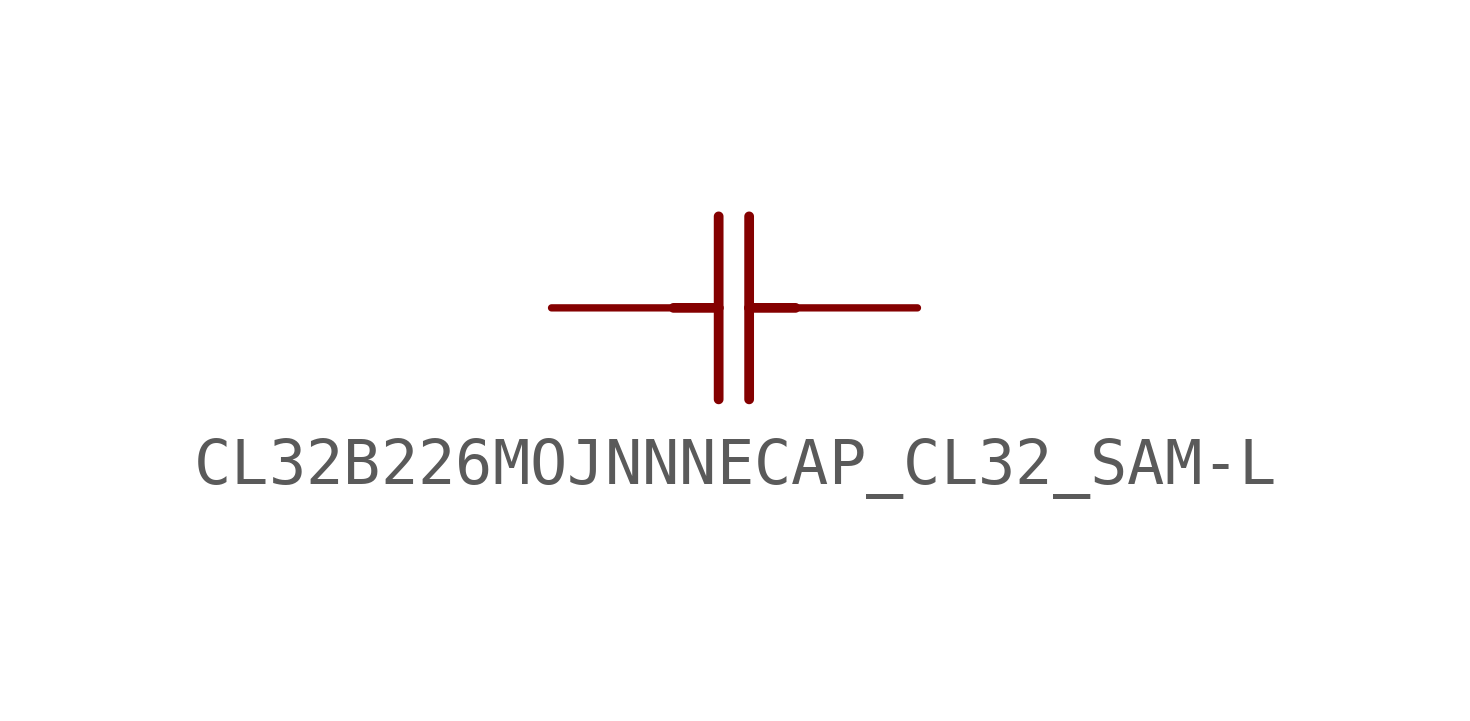
<source format=kicad_sym>
(kicad_symbol_lib
  (version 20220914)
  (generator kicad_symbol_editor)
  (symbol "CL32B226MOJNNNECAP_CL32_SAM-L"
    (property "Reference" "C"
      (at -4.089 2.083 0)
      (effects (font (size 3.48 2.958)) (justify left bottom) hide))
    (property "ki_locked" ""
      (at 0 0 0)
      (effects (font (size 1.27 1.27))))
    (symbol "CL32B226MOJNNNECAP_CL32_SAM-L_1_0"
      (polyline (pts (xy 2.54 0) (xy 3.48 0)) (stroke (width 0.203) (type solid)) (fill (type none)))
      (polyline (pts (xy 3.48 -1.905) (xy 3.48 0)) (stroke (width 0.203) (type solid)) (fill (type none)))
      (polyline (pts (xy 3.48 0) (xy 3.48 1.905)) (stroke (width 0.203) (type solid)) (fill (type none)))
      (polyline (pts (xy 4.115 -1.905) (xy 4.115 0)) (stroke (width 0.203) (type solid)) (fill (type none)))
      (polyline (pts (xy 4.115 0) (xy 4.115 1.905)) (stroke (width 0.203) (type solid)) (fill (type none)))
      (polyline (pts (xy 4.115 0) (xy 5.08 0)) (stroke (width 0.203) (type solid)) (fill (type none)))
      (pin passive line (at 0 0 0) (length 2.54) (name "1" (effects (font (size 0 0)))) (number "1" (effects (font (size 0 0)))))
      (pin passive line (at 7.62 0 180) (length 2.54) (name "2" (effects (font (size 0 0)))) (number "2" (effects (font (size 0 0))))))))
</source>
